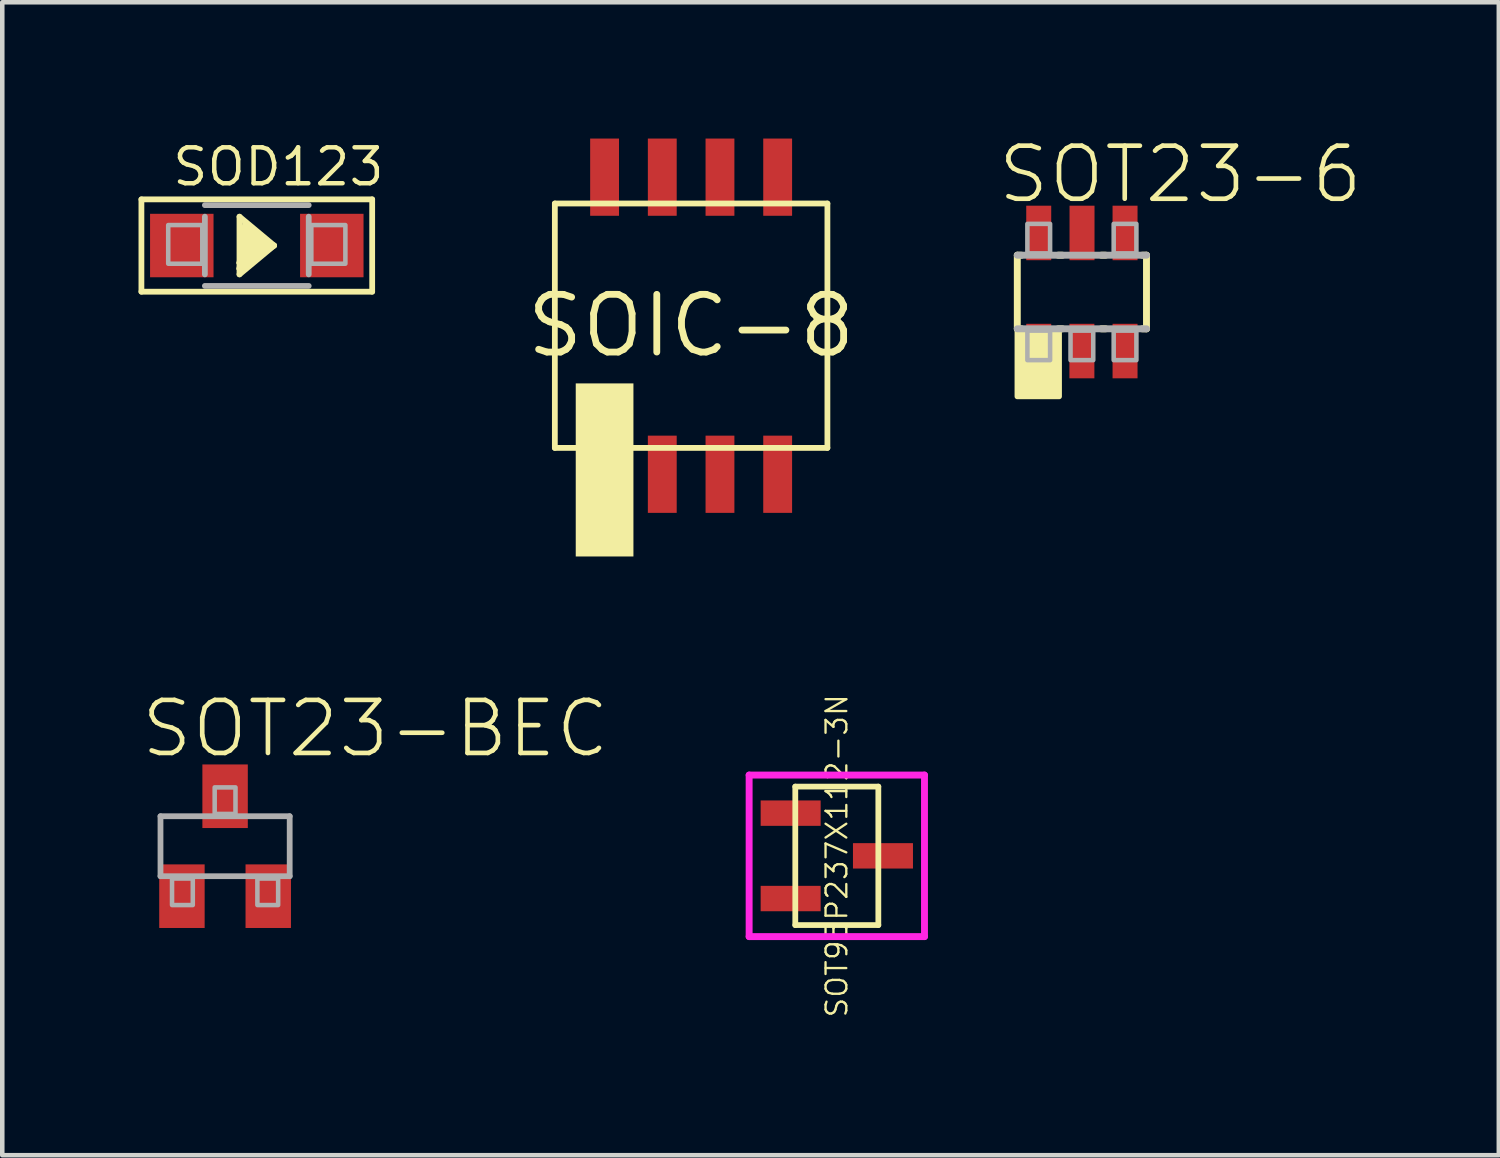
<source format=kicad_pcb>
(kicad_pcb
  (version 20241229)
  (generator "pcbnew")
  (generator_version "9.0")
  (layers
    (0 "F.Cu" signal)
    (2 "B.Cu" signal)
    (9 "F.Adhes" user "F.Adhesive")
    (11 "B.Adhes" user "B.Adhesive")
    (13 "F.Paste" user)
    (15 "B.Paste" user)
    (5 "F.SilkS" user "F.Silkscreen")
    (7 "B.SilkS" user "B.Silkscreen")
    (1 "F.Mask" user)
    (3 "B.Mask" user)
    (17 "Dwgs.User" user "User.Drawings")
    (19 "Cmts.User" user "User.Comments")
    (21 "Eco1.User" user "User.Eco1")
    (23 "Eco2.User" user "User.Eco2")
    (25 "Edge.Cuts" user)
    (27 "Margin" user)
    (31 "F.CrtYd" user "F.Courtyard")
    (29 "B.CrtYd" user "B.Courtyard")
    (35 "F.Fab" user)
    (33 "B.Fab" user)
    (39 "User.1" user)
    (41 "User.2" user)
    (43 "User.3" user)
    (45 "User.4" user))
  (footprint "SOT23-BEC"
    (layer "F.Cu")
    (at 1.905 15.578)
    (property "Reference" "SOT23-BEC" (at -1.905 -1.905 0) (layer "F.SilkS") (effects (font (size 1.168 1.168) (thickness 0.102)) (justify left bottom)))
    (fp_line (start -1.422 -0.66) (end 1.422 -0.66) (stroke (width 0.127) (type solid)) (layer "F.Fab"))
    (fp_line (start -1.422 0.66) (end -1.422 -0.66) (stroke (width 0.127) (type solid)) (layer "F.Fab"))
    (fp_line (start 1.422 -0.66) (end 1.422 0.66) (stroke (width 0.127) (type solid)) (layer "F.Fab"))
    (fp_line (start 1.422 0.66) (end -1.422 0.66) (stroke (width 0.127) (type solid)) (layer "F.Fab"))
    (fp_poly (pts (xy -1.168 1.295) (xy -0.711 1.295) (xy -0.711 0.711) (xy -1.168 0.711)) (stroke (width 0.1) (type solid)) (fill no) (layer "F.Fab"))
    (fp_poly (pts (xy -0.229 -0.711) (xy 0.229 -0.711) (xy 0.229 -1.295) (xy -0.229 -1.295)) (stroke (width 0.1) (type solid)) (fill no) (layer "F.Fab"))
    (fp_poly (pts (xy 0.711 1.295) (xy 1.168 1.295) (xy 1.168 0.711) (xy 0.711 0.711)) (stroke (width 0.1) (type solid)) (fill no) (layer "F.Fab"))
    (pad "B" smd rect (at -0.95 1.1) (size 1 1.4) (layers "F.Cu" "F.Mask" "F.Paste"))
    (pad "C" smd rect (at 0 -1.1) (size 1 1.4) (layers "F.Cu" "F.Mask" "F.Paste"))
    (pad "E" smd rect (at 0.95 1.1) (size 1 1.4) (layers "F.Cu" "F.Mask" "F.Paste")))
  (footprint "SOT23-6"
    (layer "F.Cu")
    (at 20.766 3.378)
    (property "Reference" "SOT23-6" (at -1.905 -1.905 0) (layer "F.SilkS") (effects (font (size 1.168 1.168) (thickness 0.102)) (justify left bottom)))
    (fp_line (start -1.422 -0.81) (end -1.328 -0.81) (stroke (width 0.152) (type solid)) (layer "F.SilkS"))
    (fp_line (start -1.422 0.81) (end -1.422 -0.81) (stroke (width 0.152) (type solid)) (layer "F.SilkS"))
    (fp_line (start -1.328 0.81) (end -1.422 0.81) (stroke (width 0.152) (type solid)) (layer "F.SilkS"))
    (fp_line (start -0.428 -0.81) (end -0.522 -0.81) (stroke (width 0.152) (type solid)) (layer "F.SilkS"))
    (fp_line (start -0.428 0.81) (end -0.522 0.81) (stroke (width 0.152) (type solid)) (layer "F.SilkS"))
    (fp_line (start 0.522 -0.81) (end 0.428 -0.81) (stroke (width 0.152) (type solid)) (layer "F.SilkS"))
    (fp_line (start 0.522 0.81) (end 0.428 0.81) (stroke (width 0.152) (type solid)) (layer "F.SilkS"))
    (fp_line (start 1.328 -0.81) (end 1.422 -0.81) (stroke (width 0.152) (type solid)) (layer "F.SilkS"))
    (fp_line (start 1.422 -0.81) (end 1.422 0.81) (stroke (width 0.152) (type solid)) (layer "F.SilkS"))
    (fp_line (start 1.422 0.81) (end 1.328 0.81) (stroke (width 0.152) (type solid)) (layer "F.SilkS"))
    (fp_rect (start -1.422 0.81) (end -0.5 2.3) (stroke (width 0.12) (type solid)) (fill yes) (layer "F.SilkS"))
    (fp_line (start -1.422 -0.81) (end 1.422 -0.81) (stroke (width 0.152) (type solid)) (layer "F.Fab"))
    (fp_line (start 1.422 0.81) (end -1.422 0.81) (stroke (width 0.152) (type solid)) (layer "F.Fab"))
    (fp_poly (pts (xy -1.2 -0.85) (xy -0.7 -0.85) (xy -0.7 -1.5) (xy -1.2 -1.5)) (stroke (width 0.1) (type solid)) (fill no) (layer "F.Fab"))
    (fp_poly (pts (xy -1.2 1.5) (xy -0.7 1.5) (xy -0.7 0.85) (xy -1.2 0.85)) (stroke (width 0.1) (type solid)) (fill no) (layer "F.Fab"))
    (fp_poly (pts (xy -0.25 1.5) (xy 0.25 1.5) (xy 0.25 0.85) (xy -0.25 0.85)) (stroke (width 0.1) (type solid)) (fill no) (layer "F.Fab"))
    (fp_poly (pts (xy 0.7 -0.85) (xy 1.2 -0.85) (xy 1.2 -1.5) (xy 0.7 -1.5)) (stroke (width 0.1) (type solid)) (fill no) (layer "F.Fab"))
    (fp_poly (pts (xy 0.7 1.5) (xy 1.2 1.5) (xy 1.2 0.85) (xy 0.7 0.85)) (stroke (width 0.1) (type solid)) (fill no) (layer "F.Fab"))
    (pad "1" smd rect (at -0.95 1.3) (size 0.55 1.2) (layers "F.Cu" "F.Mask" "F.Paste"))
    (pad "2" smd rect (at 0 1.3) (size 0.55 1.2) (layers "F.Cu" "F.Mask" "F.Paste"))
    (pad "3" smd rect (at 0.95 1.3) (size 0.55 1.2) (layers "F.Cu" "F.Mask" "F.Paste"))
    (pad "4" smd rect (at 0.95 -1.3) (size 0.55 1.2) (layers "F.Cu" "F.Mask" "F.Paste"))
    (pad "5" smd rect (at 0.003 -1.3) (size 0.55 1.2) (layers "F.Cu" "F.Mask" "F.Paste"))
    (pad "6" smd rect (at -0.95 -1.3) (size 0.55 1.2) (layers "F.Cu" "F.Mask" "F.Paste")))
  (footprint "SOT95P237X112-3N"
    (layer "F.Cu")
    (at 15.371 15.79)
    (property "Reference" "SOT95P237X112-3N" (at 0 0 270) (layer "F.SilkS") (effects (font (size 0.457 0.457) (thickness 0.051))))
    (fp_line (start -0.914 -1.524) (end -0.914 1.524) (stroke (width 0.127) (type solid)) (layer "F.SilkS"))
    (fp_line (start -0.914 1.524) (end 0.914 1.524) (stroke (width 0.127) (type solid)) (layer "F.SilkS"))
    (fp_line (start 0.914 -1.524) (end -0.914 -1.524) (stroke (width 0.127) (type solid)) (layer "F.SilkS"))
    (fp_line (start 0.914 1.524) (end 0.914 -1.524) (stroke (width 0.127) (type solid)) (layer "F.SilkS"))
    (fp_line (start -1.93 -1.778) (end 1.93 -1.778) (stroke (width 0.152) (type solid)) (layer "F.CrtYd"))
    (fp_line (start -1.93 1.778) (end -1.93 -1.778) (stroke (width 0.152) (type solid)) (layer "F.CrtYd"))
    (fp_line (start 1.93 -1.778) (end 1.93 1.778) (stroke (width 0.152) (type solid)) (layer "F.CrtYd"))
    (fp_line (start 1.93 1.778) (end -1.93 1.778) (stroke (width 0.152) (type solid)) (layer "F.CrtYd"))
    (pad "1" smd rect (at -1.016 -0.94) (size 1.321 0.559) (layers "F.Cu" "F.Mask" "F.Paste"))
    (pad "2" smd rect (at -1.016 0.94) (size 1.321 0.559) (layers "F.Cu" "F.Mask" "F.Paste"))
    (pad "3" smd rect (at 1.016 0) (size 1.321 0.559) (layers "F.Cu" "F.Mask" "F.Paste")))
  (footprint "SOIC-8"
    (layer "F.Cu")
    (at 12.164 4.12)
    (property "Reference" "SOIC-8" (at 0 0 0) (layer "F.SilkS") (effects (font (size 1.27 1.27) (thickness 0.15))))
    (fp_line (start -3 -2.69) (end 3 -2.69) (stroke (width 0.127) (type solid)) (layer "F.SilkS"))
    (fp_line (start -3 2.69) (end -3 -2.69) (stroke (width 0.127) (type solid)) (layer "F.SilkS"))
    (fp_line (start 3 -2.69) (end 3 2.69) (stroke (width 0.127) (type solid)) (layer "F.SilkS"))
    (fp_line (start 3 2.69) (end -3 2.69) (stroke (width 0.127) (type solid)) (layer "F.SilkS"))
    (fp_poly (pts (xy -2.54 5.08) (xy -1.27 5.08) (xy -1.27 1.27) (xy -2.54 1.27)) (stroke (width 0) (type solid)) (fill yes) (layer "F.SilkS"))
    (pad "1" smd rect (at -1.905 3.27 90) (size 1.7 0.635) (layers "F.Cu" "F.Mask" "F.Paste"))
    (pad "2" smd rect (at -0.635 3.27 90) (size 1.7 0.635) (layers "F.Cu" "F.Mask" "F.Paste"))
    (pad "3" smd rect (at 0.635 3.27 90) (size 1.7 0.635) (layers "F.Cu" "F.Mask" "F.Paste"))
    (pad "4" smd rect (at 1.905 3.27 90) (size 1.7 0.635) (layers "F.Cu" "F.Mask" "F.Paste"))
    (pad "5" smd rect (at 1.905 -3.27 90) (size 1.7 0.635) (layers "F.Cu" "F.Mask" "F.Paste"))
    (pad "6" smd rect (at 0.635 -3.27 90) (size 1.7 0.635) (layers "F.Cu" "F.Mask" "F.Paste"))
    (pad "7" smd rect (at -0.635 -3.27 90) (size 1.7 0.635) (layers "F.Cu" "F.Mask" "F.Paste"))
    (pad "8" smd rect (at -1.905 -3.27 90) (size 1.7 0.635) (layers "F.Cu" "F.Mask" "F.Paste")))
  (footprint "SOD123"
    (layer "F.Cu")
    (at 2.603 2.355)
    (property "Reference" "SOD123" (at -1.905 -1.27 0) (layer "F.SilkS") (effects (font (size 0.791 0.791) (thickness 0.098)) (justify left bottom)))
    (fp_line (start -2.54 -1.016) (end 2.54 -1.016) (stroke (width 0.127) (type solid)) (layer "F.SilkS"))
    (fp_line (start -2.54 1.016) (end -2.54 -1.016) (stroke (width 0.127) (type solid)) (layer "F.SilkS"))
    (fp_line (start -0.381 -0.635) (end 0.381 0) (stroke (width 0.127) (type solid)) (layer "F.SilkS"))
    (fp_line (start -0.381 0.381) (end -0.381 -0.635) (stroke (width 0.127) (type solid)) (layer "F.SilkS"))
    (fp_line (start -0.381 0.381) (end -0.254 -0.381) (stroke (width 0.127) (type solid)) (layer "F.SilkS"))
    (fp_line (start -0.381 0.508) (end -0.381 0.381) (stroke (width 0.127) (type solid)) (layer "F.SilkS"))
    (fp_line (start -0.381 0.508) (end -0.254 -0.508) (stroke (width 0.127) (type solid)) (layer "F.SilkS"))
    (fp_line (start -0.381 0.635) (end -0.381 0.508) (stroke (width 0.127) (type solid)) (layer "F.SilkS"))
    (fp_line (start -0.254 -0.508) (end 0.254 0) (stroke (width 0.127) (type solid)) (layer "F.SilkS"))
    (fp_line (start -0.254 -0.381) (end 0.127 0) (stroke (width 0.127) (type solid)) (layer "F.SilkS"))
    (fp_line (start -0.254 -0.254) (end -0.127 -0.127) (stroke (width 0.127) (type solid)) (layer "F.SilkS"))
    (fp_line (start -0.254 0.127) (end -0.254 -0.254) (stroke (width 0.127) (type solid)) (layer "F.SilkS"))
    (fp_line (start -0.254 0.127) (end -0.127 -0.127) (stroke (width 0.127) (type solid)) (layer "F.SilkS"))
    (fp_line (start -0.254 0.254) (end -0.254 0.127) (stroke (width 0.127) (type solid)) (layer "F.SilkS"))
    (fp_line (start -0.127 -0.127) (end -0.127 0) (stroke (width 0.127) (type solid)) (layer "F.SilkS"))
    (fp_line (start -0.127 -0.127) (end 0 0) (stroke (width 0.127) (type solid)) (layer "F.SilkS"))
    (fp_line (start 0 0) (end -0.254 0.127) (stroke (width 0.127) (type solid)) (layer "F.SilkS"))
    (fp_line (start 0.127 0) (end -0.254 0.254) (stroke (width 0.127) (type solid)) (layer "F.SilkS"))
    (fp_line (start 0.254 0) (end -0.381 0.381) (stroke (width 0.127) (type solid)) (layer "F.SilkS"))
    (fp_line (start 0.381 0) (end -0.381 0.508) (stroke (width 0.127) (type solid)) (layer "F.SilkS"))
    (fp_line (start 0.381 0) (end -0.381 0.635) (stroke (width 0.127) (type solid)) (layer "F.SilkS"))
    (fp_line (start 2.54 -1.016) (end 2.54 1.016) (stroke (width 0.127) (type solid)) (layer "F.SilkS"))
    (fp_line (start 2.54 1.016) (end -2.54 1.016) (stroke (width 0.127) (type solid)) (layer "F.SilkS"))
    (fp_line (start -1.143 -0.889) (end 1.143 -0.889) (stroke (width 0.127) (type solid)) (layer "F.Fab"))
    (fp_line (start -1.143 0.635) (end -1.143 -0.635) (stroke (width 0.127) (type solid)) (layer "F.Fab"))
    (fp_line (start 1.143 -0.635) (end 1.143 0.635) (stroke (width 0.127) (type solid)) (layer "F.Fab"))
    (fp_line (start 1.143 0.889) (end -1.143 0.889) (stroke (width 0.127) (type solid)) (layer "F.Fab"))
    (fp_poly (pts (xy -1.2 -0.45) (xy -1.95 -0.45) (xy -1.95 0.4) (xy -1.2 0.4)) (stroke (width 0.1) (type solid)) (fill no) (layer "F.Fab"))
    (fp_poly (pts (xy 1.95 -0.45) (xy 1.2 -0.45) (xy 1.2 0.4) (xy 1.95 0.4)) (stroke (width 0.1) (type solid)) (fill no) (layer "F.Fab"))
    (pad "+" smd rect (at -1.651 0 180) (size 1.397 1.397) (layers "F.Cu" "F.Mask" "F.Paste"))
    (pad "-" smd rect (at 1.651 0 180) (size 1.397 1.397) (layers "F.Cu" "F.Mask" "F.Paste")))
  (gr_rect
    (start -3 -3)
    (end 29.944 22.38)
    (stroke (width 0.1) (type default))
    (fill no)
    (layer "Edge.Cuts")))
</source>
